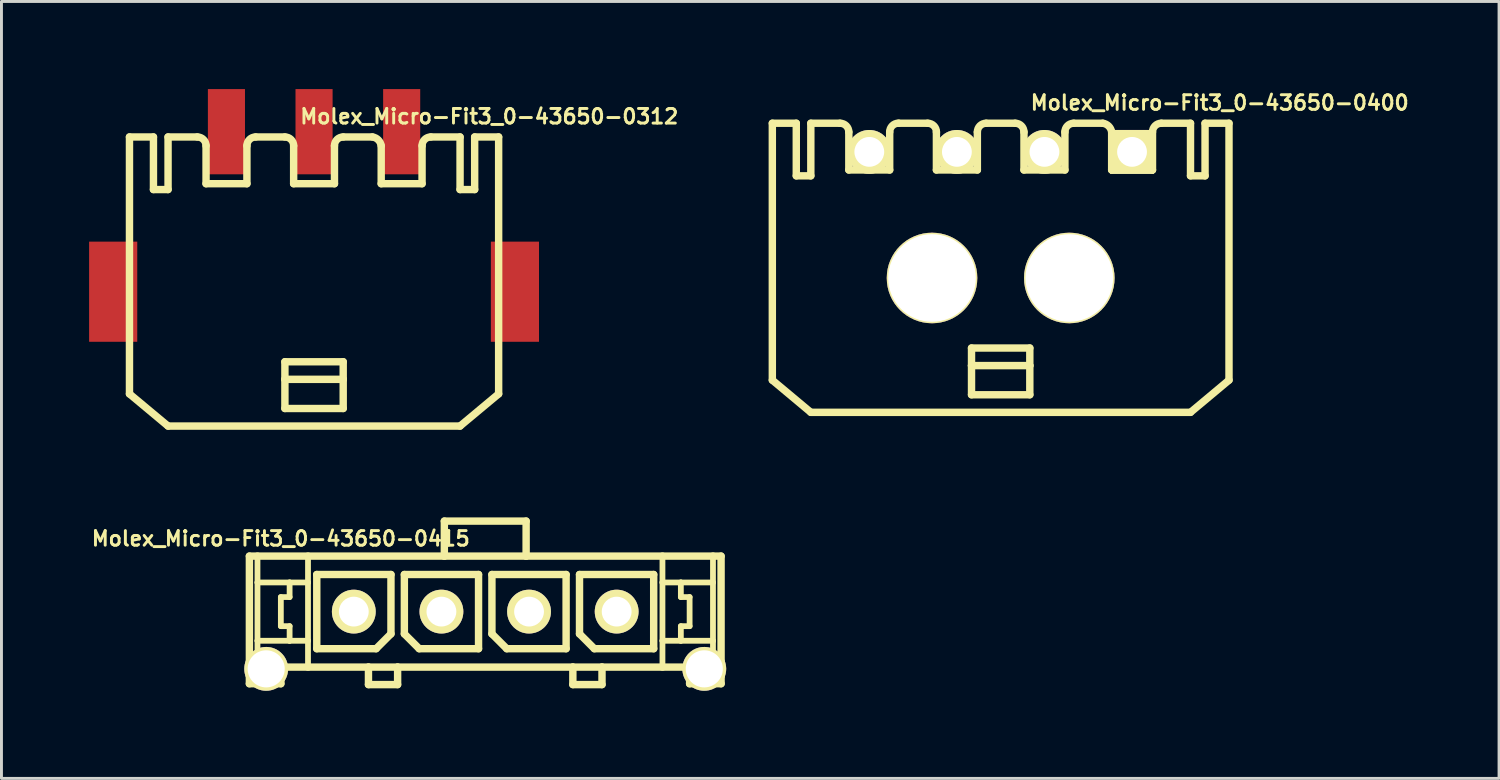
<source format=kicad_pcb>
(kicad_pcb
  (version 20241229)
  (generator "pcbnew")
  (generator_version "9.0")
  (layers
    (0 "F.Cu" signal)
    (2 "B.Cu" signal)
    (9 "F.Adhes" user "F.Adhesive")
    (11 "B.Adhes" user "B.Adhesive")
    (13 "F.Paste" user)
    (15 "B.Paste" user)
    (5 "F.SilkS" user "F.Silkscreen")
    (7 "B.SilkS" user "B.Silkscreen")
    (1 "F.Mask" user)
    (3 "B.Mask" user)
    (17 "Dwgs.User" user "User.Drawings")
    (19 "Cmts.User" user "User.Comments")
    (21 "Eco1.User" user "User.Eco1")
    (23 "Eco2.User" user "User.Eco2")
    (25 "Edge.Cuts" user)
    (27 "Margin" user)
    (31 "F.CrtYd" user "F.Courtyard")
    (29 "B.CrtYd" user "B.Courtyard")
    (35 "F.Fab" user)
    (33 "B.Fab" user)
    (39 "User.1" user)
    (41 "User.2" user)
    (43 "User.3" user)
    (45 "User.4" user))
  (footprint "Molex_Micro-Fit3_0-43650-0415"
    (layer "F.Cu")
    (at 13.564 17.891)
    (property "Reference" "Molex_Micro-Fit3_0-43650-0415" (at -7 -2.5 0) (layer "F.SilkS") (effects (font (size 0.5 0.5) (thickness 0.1))))
    (attr exclude_from_pos_files exclude_from_bom)
    (fp_line (start -8.075 -1.9) (end -7.798 -1.9) (stroke (width 0.254) (type solid)) (layer "F.SilkS"))
    (fp_line (start -8.075 2.469) (end -8.075 -1.9) (stroke (width 0.254) (type solid)) (layer "F.SilkS"))
    (fp_line (start -7.798 -1.9) (end -6.068 -1.9) (stroke (width 0.254) (type solid)) (layer "F.SilkS"))
    (fp_line (start -7.798 -0.998) (end -7.798 -1.9) (stroke (width 0.198) (type solid)) (layer "F.SilkS"))
    (fp_line (start -7.798 0.998) (end -7.798 -0.998) (stroke (width 0.198) (type solid)) (layer "F.SilkS"))
    (fp_line (start -7.798 2.469) (end -8.075 2.469) (stroke (width 0.254) (type solid)) (layer "F.SilkS"))
    (fp_line (start -7.798 2.469) (end -7.798 0.998) (stroke (width 0.198) (type solid)) (layer "F.SilkS"))
    (fp_line (start -6.998 -0.498) (end -6.998 0.498) (stroke (width 0.198) (type solid)) (layer "F.SilkS"))
    (fp_line (start -6.998 0.498) (end -6.698 0.498) (stroke (width 0.198) (type solid)) (layer "F.SilkS"))
    (fp_line (start -6.998 1.9) (end -6.998 2.469) (stroke (width 0.254) (type solid)) (layer "F.SilkS"))
    (fp_line (start -6.998 2.469) (end -7.798 2.469) (stroke (width 0.254) (type solid)) (layer "F.SilkS"))
    (fp_line (start -6.698 -0.998) (end -7.798 -0.998) (stroke (width 0.198) (type solid)) (layer "F.SilkS"))
    (fp_line (start -6.698 -0.998) (end -6.698 -0.498) (stroke (width 0.198) (type solid)) (layer "F.SilkS"))
    (fp_line (start -6.698 -0.498) (end -6.998 -0.498) (stroke (width 0.198) (type solid)) (layer "F.SilkS"))
    (fp_line (start -6.698 0.498) (end -6.698 0.998) (stroke (width 0.198) (type solid)) (layer "F.SilkS"))
    (fp_line (start -6.698 0.998) (end -7.798 0.998) (stroke (width 0.198) (type solid)) (layer "F.SilkS"))
    (fp_line (start -6.068 -1.9) (end -1.4 -1.9) (stroke (width 0.254) (type solid)) (layer "F.SilkS"))
    (fp_line (start -6.068 -0.998) (end -6.698 -0.998) (stroke (width 0.198) (type solid)) (layer "F.SilkS"))
    (fp_line (start -6.068 -0.998) (end -6.068 -1.9) (stroke (width 0.198) (type solid)) (layer "F.SilkS"))
    (fp_line (start -6.068 0.998) (end -6.698 0.998) (stroke (width 0.198) (type solid)) (layer "F.SilkS"))
    (fp_line (start -6.068 0.998) (end -6.068 -0.998) (stroke (width 0.198) (type solid)) (layer "F.SilkS"))
    (fp_line (start -6.068 1.9) (end -6.998 1.9) (stroke (width 0.254) (type solid)) (layer "F.SilkS"))
    (fp_line (start -6.068 1.9) (end -6.068 0.998) (stroke (width 0.198) (type solid)) (layer "F.SilkS"))
    (fp_line (start -5.768 -1.27) (end -3.228 -1.27) (stroke (width 0.254) (type solid)) (layer "F.SilkS"))
    (fp_line (start -5.768 1.27) (end -5.768 -1.27) (stroke (width 0.254) (type solid)) (layer "F.SilkS"))
    (fp_line (start -3.998 1.9) (end -6.068 1.9) (stroke (width 0.254) (type solid)) (layer "F.SilkS"))
    (fp_line (start -3.998 1.9) (end -3.998 2.499) (stroke (width 0.254) (type solid)) (layer "F.SilkS"))
    (fp_line (start -3.998 2.499) (end -3 2.499) (stroke (width 0.254) (type solid)) (layer "F.SilkS"))
    (fp_line (start -3.736 1.27) (end -5.768 1.27) (stroke (width 0.254) (type solid)) (layer "F.SilkS"))
    (fp_line (start -3.228 -1.27) (end -3.228 0.762) (stroke (width 0.254) (type solid)) (layer "F.SilkS"))
    (fp_line (start -3.228 0.762) (end -3.736 1.27) (stroke (width 0.254) (type solid)) (layer "F.SilkS"))
    (fp_line (start -3 1.9) (end -3.998 1.9) (stroke (width 0.254) (type solid)) (layer "F.SilkS"))
    (fp_line (start -3 2.499) (end -3 1.9) (stroke (width 0.254) (type solid)) (layer "F.SilkS"))
    (fp_line (start -2.769 -1.27) (end -0.229 -1.27) (stroke (width 0.254) (type solid)) (layer "F.SilkS"))
    (fp_line (start -2.769 0.762) (end -2.769 -1.27) (stroke (width 0.254) (type solid)) (layer "F.SilkS"))
    (fp_line (start -2.261 1.27) (end -2.769 0.762) (stroke (width 0.254) (type solid)) (layer "F.SilkS"))
    (fp_line (start -1.4 -3.099) (end -1.4 -1.9) (stroke (width 0.254) (type solid)) (layer "F.SilkS"))
    (fp_line (start -1.4 -3.099) (end 1.4 -3.099) (stroke (width 0.254) (type solid)) (layer "F.SilkS"))
    (fp_line (start -1.4 -1.9) (end 1.4 -1.9) (stroke (width 0.254) (type solid)) (layer "F.SilkS"))
    (fp_line (start -0.229 -1.27) (end -0.229 1.27) (stroke (width 0.254) (type solid)) (layer "F.SilkS"))
    (fp_line (start -0.229 1.27) (end -2.261 1.27) (stroke (width 0.254) (type solid)) (layer "F.SilkS"))
    (fp_line (start 0.229 -1.27) (end 2.769 -1.27) (stroke (width 0.254) (type solid)) (layer "F.SilkS"))
    (fp_line (start 0.229 0.762) (end 0.229 -1.27) (stroke (width 0.254) (type solid)) (layer "F.SilkS"))
    (fp_line (start 0.737 1.27) (end 0.229 0.762) (stroke (width 0.254) (type solid)) (layer "F.SilkS"))
    (fp_line (start 1.4 -3.099) (end 1.4 -1.9) (stroke (width 0.254) (type solid)) (layer "F.SilkS"))
    (fp_line (start 1.4 -1.9) (end 6.068 -1.9) (stroke (width 0.254) (type solid)) (layer "F.SilkS"))
    (fp_line (start 2.769 -1.27) (end 2.769 1.27) (stroke (width 0.254) (type solid)) (layer "F.SilkS"))
    (fp_line (start 2.769 1.27) (end 0.737 1.27) (stroke (width 0.254) (type solid)) (layer "F.SilkS"))
    (fp_line (start 3 1.9) (end -3 1.9) (stroke (width 0.254) (type solid)) (layer "F.SilkS"))
    (fp_line (start 3 1.9) (end 3 2.499) (stroke (width 0.254) (type solid)) (layer "F.SilkS"))
    (fp_line (start 3 2.499) (end 3.998 2.499) (stroke (width 0.254) (type solid)) (layer "F.SilkS"))
    (fp_line (start 3.228 -1.27) (end 5.768 -1.27) (stroke (width 0.254) (type solid)) (layer "F.SilkS"))
    (fp_line (start 3.228 0.762) (end 3.228 -1.27) (stroke (width 0.254) (type solid)) (layer "F.SilkS"))
    (fp_line (start 3.736 1.27) (end 3.228 0.762) (stroke (width 0.254) (type solid)) (layer "F.SilkS"))
    (fp_line (start 3.998 1.9) (end 3 1.9) (stroke (width 0.254) (type solid)) (layer "F.SilkS"))
    (fp_line (start 3.998 2.499) (end 3.998 1.9) (stroke (width 0.254) (type solid)) (layer "F.SilkS"))
    (fp_line (start 5.768 -1.27) (end 5.768 1.27) (stroke (width 0.254) (type solid)) (layer "F.SilkS"))
    (fp_line (start 5.768 1.27) (end 3.736 1.27) (stroke (width 0.254) (type solid)) (layer "F.SilkS"))
    (fp_line (start 6.068 -1.9) (end 6.068 -0.998) (stroke (width 0.198) (type solid)) (layer "F.SilkS"))
    (fp_line (start 6.068 -1.9) (end 7.798 -1.9) (stroke (width 0.254) (type solid)) (layer "F.SilkS"))
    (fp_line (start 6.068 -0.998) (end 6.068 0.998) (stroke (width 0.198) (type solid)) (layer "F.SilkS"))
    (fp_line (start 6.068 -0.998) (end 6.698 -0.998) (stroke (width 0.198) (type solid)) (layer "F.SilkS"))
    (fp_line (start 6.068 0.998) (end 6.068 1.9) (stroke (width 0.198) (type solid)) (layer "F.SilkS"))
    (fp_line (start 6.068 0.998) (end 6.698 0.998) (stroke (width 0.198) (type solid)) (layer "F.SilkS"))
    (fp_line (start 6.068 1.9) (end 3.998 1.9) (stroke (width 0.254) (type solid)) (layer "F.SilkS"))
    (fp_line (start 6.698 -0.998) (end 6.698 -0.498) (stroke (width 0.198) (type solid)) (layer "F.SilkS"))
    (fp_line (start 6.698 -0.998) (end 7.798 -0.998) (stroke (width 0.198) (type solid)) (layer "F.SilkS"))
    (fp_line (start 6.698 -0.498) (end 6.998 -0.498) (stroke (width 0.198) (type solid)) (layer "F.SilkS"))
    (fp_line (start 6.698 0.498) (end 6.698 0.998) (stroke (width 0.198) (type solid)) (layer "F.SilkS"))
    (fp_line (start 6.698 0.998) (end 7.798 0.998) (stroke (width 0.198) (type solid)) (layer "F.SilkS"))
    (fp_line (start 6.998 -0.498) (end 6.998 0.498) (stroke (width 0.198) (type solid)) (layer "F.SilkS"))
    (fp_line (start 6.998 0.498) (end 6.698 0.498) (stroke (width 0.198) (type solid)) (layer "F.SilkS"))
    (fp_line (start 6.998 1.9) (end 6.068 1.9) (stroke (width 0.254) (type solid)) (layer "F.SilkS"))
    (fp_line (start 6.998 2.469) (end 6.998 1.9) (stroke (width 0.254) (type solid)) (layer "F.SilkS"))
    (fp_line (start 6.998 2.469) (end 7.798 2.469) (stroke (width 0.254) (type solid)) (layer "F.SilkS"))
    (fp_line (start 7.798 -1.9) (end 8.075 -1.9) (stroke (width 0.254) (type solid)) (layer "F.SilkS"))
    (fp_line (start 7.798 -0.998) (end 7.798 -1.9) (stroke (width 0.198) (type solid)) (layer "F.SilkS"))
    (fp_line (start 7.798 0.998) (end 7.798 -0.998) (stroke (width 0.198) (type solid)) (layer "F.SilkS"))
    (fp_line (start 7.798 2.469) (end 7.798 0.998) (stroke (width 0.198) (type solid)) (layer "F.SilkS"))
    (fp_line (start 7.798 2.469) (end 8.075 2.469) (stroke (width 0.254) (type solid)) (layer "F.SilkS"))
    (fp_line (start 8.075 -1.9) (end 8.075 2.469) (stroke (width 0.254) (type solid)) (layer "F.SilkS"))
    (pad "1" thru_hole circle (at 4.5 0) (size 1.5 1.5) (drill 1.02) (layers "*.Cu" "*.Mask" "F.SilkS"))
    (pad "2" thru_hole circle (at 1.5 0) (size 1.5 1.5) (drill 1.02) (layers "*.Cu" "*.Mask" "F.SilkS"))
    (pad "3" thru_hole circle (at -1.5 0) (size 1.5 1.5) (drill 1.02) (layers "*.Cu" "*.Mask" "F.SilkS"))
    (pad "4" thru_hole circle (at -4.5 0) (size 1.5 1.5) (drill 1.02) (layers "*.Cu" "*.Mask" "F.SilkS"))
    (pad "TAB" thru_hole circle (at -7.5 1.96) (size 1.5 1.5) (drill 1.27) (layers "*.Cu" "*.Mask" "F.SilkS"))
    (pad "TAB" thru_hole circle (at 7.5 1.96) (size 1.5 1.5) (drill 1.27) (layers "*.Cu" "*.Mask" "F.SilkS")))
  (footprint "Molex_Micro-Fit3_0-43650-0400"
    (layer "F.Cu")
    (at 31.212 6.468)
    (property "Reference" "Molex_Micro-Fit3_0-43650-0400" (at 7.5 -6 0) (layer "F.SilkS") (effects (font (size 0.5 0.5) (thickness 0.1))))
    (attr exclude_from_pos_files exclude_from_bom)
    (fp_line (start -7.818 -5.298) (end -6.998 -5.298) (stroke (width 0.254) (type solid)) (layer "F.SilkS"))
    (fp_line (start -7.818 3.498) (end -7.818 -5.298) (stroke (width 0.254) (type solid)) (layer "F.SilkS"))
    (fp_line (start -7.818 3.498) (end -6.5 4.6) (stroke (width 0.254) (type solid)) (layer "F.SilkS"))
    (fp_line (start -6.998 -5.298) (end -6.998 -3.498) (stroke (width 0.254) (type solid)) (layer "F.SilkS"))
    (fp_line (start -6.998 -3.498) (end -6.5 -3.498) (stroke (width 0.254) (type solid)) (layer "F.SilkS"))
    (fp_line (start -6.5 -5.298) (end -5.499 -5.298) (stroke (width 0.254) (type solid)) (layer "F.SilkS"))
    (fp_line (start -6.5 -3.498) (end -6.5 -5.298) (stroke (width 0.254) (type solid)) (layer "F.SilkS"))
    (fp_line (start -5.199 -3.698) (end -5.199 -4.999) (stroke (width 0.254) (type solid)) (layer "F.SilkS"))
    (fp_line (start -5.199 -3.698) (end -3.8 -3.698) (stroke (width 0.254) (type solid)) (layer "F.SilkS"))
    (fp_line (start -3.8 -3.698) (end -3.8 -4.999) (stroke (width 0.254) (type solid)) (layer "F.SilkS"))
    (fp_line (start -3.498 -5.298) (end -2.499 -5.298) (stroke (width 0.254) (type solid)) (layer "F.SilkS"))
    (fp_line (start -2.2 -3.698) (end -2.2 -4.999) (stroke (width 0.254) (type solid)) (layer "F.SilkS"))
    (fp_line (start -2.2 -3.698) (end -0.798 -3.698) (stroke (width 0.254) (type solid)) (layer "F.SilkS"))
    (fp_line (start -0.998 2.398) (end 0.998 2.398) (stroke (width 0.254) (type solid)) (layer "F.SilkS"))
    (fp_line (start -0.998 3) (end -0.998 2.398) (stroke (width 0.254) (type solid)) (layer "F.SilkS"))
    (fp_line (start -0.998 3) (end 0.998 3) (stroke (width 0.254) (type solid)) (layer "F.SilkS"))
    (fp_line (start -0.998 3.998) (end -0.998 3) (stroke (width 0.254) (type solid)) (layer "F.SilkS"))
    (fp_line (start -0.798 -3.698) (end -0.798 -4.999) (stroke (width 0.254) (type solid)) (layer "F.SilkS"))
    (fp_line (start -0.498 -5.298) (end 0.498 -5.298) (stroke (width 0.254) (type solid)) (layer "F.SilkS"))
    (fp_line (start 0.798 -3.698) (end 0.798 -4.999) (stroke (width 0.254) (type solid)) (layer "F.SilkS"))
    (fp_line (start 0.798 -3.698) (end 2.2 -3.698) (stroke (width 0.254) (type solid)) (layer "F.SilkS"))
    (fp_line (start 0.998 2.398) (end 0.998 3) (stroke (width 0.254) (type solid)) (layer "F.SilkS"))
    (fp_line (start 0.998 3) (end 0.998 3.998) (stroke (width 0.254) (type solid)) (layer "F.SilkS"))
    (fp_line (start 0.998 3.998) (end -0.998 3.998) (stroke (width 0.254) (type solid)) (layer "F.SilkS"))
    (fp_line (start 2.2 -3.698) (end 2.2 -4.999) (stroke (width 0.254) (type solid)) (layer "F.SilkS"))
    (fp_line (start 2.499 -5.298) (end 3.498 -5.298) (stroke (width 0.254) (type solid)) (layer "F.SilkS"))
    (fp_line (start 3.8 -4.999) (end 3.8 -3.698) (stroke (width 0.254) (type solid)) (layer "F.SilkS"))
    (fp_line (start 3.8 -3.698) (end 5.199 -3.698) (stroke (width 0.254) (type solid)) (layer "F.SilkS"))
    (fp_line (start 5.199 -3.698) (end 5.199 -4.999) (stroke (width 0.254) (type solid)) (layer "F.SilkS"))
    (fp_line (start 5.499 -5.298) (end 6.5 -5.298) (stroke (width 0.254) (type solid)) (layer "F.SilkS"))
    (fp_line (start 6.5 -3.498) (end 6.5 -5.298) (stroke (width 0.254) (type solid)) (layer "F.SilkS"))
    (fp_line (start 6.5 4.6) (end -6.5 4.6) (stroke (width 0.254) (type solid)) (layer "F.SilkS"))
    (fp_line (start 6.998 -5.298) (end 6.998 -3.498) (stroke (width 0.254) (type solid)) (layer "F.SilkS"))
    (fp_line (start 6.998 -5.298) (end 7.818 -5.298) (stroke (width 0.254) (type solid)) (layer "F.SilkS"))
    (fp_line (start 6.998 -3.498) (end 6.5 -3.498) (stroke (width 0.254) (type solid)) (layer "F.SilkS"))
    (fp_line (start 7.818 -5.298) (end 7.818 3.498) (stroke (width 0.254) (type solid)) (layer "F.SilkS"))
    (fp_line (start 7.818 3.498) (end 6.5 4.6) (stroke (width 0.254) (type solid)) (layer "F.SilkS"))
    (fp_arc (start -5.4991 -5.29844) (mid -5.287166 -5.210654) (end -5.19938 -4.99872) (stroke (width 0.254) (type solid)) (layer "F.SilkS"))
    (fp_arc (start -3.79984 -4.99872) (mid -3.71131 -5.21245) (end -3.49758 -5.30098) (stroke (width 0.254) (type solid)) (layer "F.SilkS"))
    (fp_arc (start -2.49936 -5.29844) (mid -2.287426 -5.210654) (end -2.19964 -4.99872) (stroke (width 0.254) (type solid)) (layer "F.SilkS"))
    (fp_arc (start -0.79756 -4.99872) (mid -0.709774 -5.210654) (end -0.49784 -5.29844) (stroke (width 0.254) (type solid)) (layer "F.SilkS"))
    (fp_arc (start 0.49784 -5.29844) (mid 0.709774 -5.210654) (end 0.79756 -4.99872) (stroke (width 0.254) (type solid)) (layer "F.SilkS"))
    (fp_arc (start 2.19964 -4.99872) (mid 2.287426 -5.210654) (end 2.49936 -5.29844) (stroke (width 0.254) (type solid)) (layer "F.SilkS"))
    (fp_arc (start 3.49758 -5.29844) (mid 3.698153 -5.199466) (end 3.799296 -4.999979) (stroke (width 0.254) (type solid)) (layer "F.SilkS"))
    (fp_arc (start 5.19938 -4.99872) (mid 5.287166 -5.210654) (end 5.4991 -5.29844) (stroke (width 0.254) (type solid)) (layer "F.SilkS"))
    (pad "1" thru_hole rect (at 4.498 -4.318) (size 1.5 1.5) (drill 1.02) (layers "*.Cu" "*.Mask" "F.SilkS" "F.Paste"))
    (pad "2" thru_hole circle (at 1.499 -4.318) (size 1.5 1.5) (drill 1.02) (layers "*.Cu" "*.Mask" "F.SilkS" "F.Paste"))
    (pad "3" thru_hole circle (at -1.499 -4.318) (size 1.5 1.5) (drill 1.02) (layers "*.Cu" "*.Mask" "F.SilkS" "F.Paste"))
    (pad "4" thru_hole circle (at -4.498 -4.318) (size 1.5 1.5) (drill 1.02) (layers "*.Cu" "*.Mask" "F.SilkS" "F.Paste"))
    (pad "5" thru_hole circle (at -2.35 0) (size 3.1 3.1) (drill 3) (layers "*.Cu" "*.Mask" "F.SilkS" "F.Paste"))
    (pad "5" thru_hole circle (at 2.35 0) (size 3.1 3.1) (drill 3) (layers "*.Cu" "*.Mask" "F.SilkS" "F.Paste")))
  (footprint "Molex_Micro-Fit3_0-43650-0312"
    (layer "F.Cu")
    (at 7.703 6.938)
    (property "Reference" "Molex_Micro-Fit3_0-43650-0312" (at 6 -6 0) (layer "F.SilkS") (effects (font (size 0.5 0.5) (thickness 0.1))))
    (attr smd)
    (fp_line (start -6.32 -5.298) (end -5.499 -5.298) (stroke (width 0.254) (type solid)) (layer "F.SilkS"))
    (fp_line (start -6.32 3.498) (end -6.32 -5.298) (stroke (width 0.254) (type solid)) (layer "F.SilkS"))
    (fp_line (start -6.32 3.498) (end -4.999 4.6) (stroke (width 0.254) (type solid)) (layer "F.SilkS"))
    (fp_line (start -5.499 -5.298) (end -5.499 -3.498) (stroke (width 0.254) (type solid)) (layer "F.SilkS"))
    (fp_line (start -5.499 -3.498) (end -4.999 -3.498) (stroke (width 0.254) (type solid)) (layer "F.SilkS"))
    (fp_line (start -4.999 -5.298) (end -3.998 -5.298) (stroke (width 0.254) (type solid)) (layer "F.SilkS"))
    (fp_line (start -4.999 -3.498) (end -4.999 -5.298) (stroke (width 0.254) (type solid)) (layer "F.SilkS"))
    (fp_line (start -3.698 -3.698) (end -3.698 -4.999) (stroke (width 0.254) (type solid)) (layer "F.SilkS"))
    (fp_line (start -3.698 -3.698) (end -2.299 -3.698) (stroke (width 0.254) (type solid)) (layer "F.SilkS"))
    (fp_line (start -2.299 -3.698) (end -2.299 -4.999) (stroke (width 0.254) (type solid)) (layer "F.SilkS"))
    (fp_line (start -1.999 -5.298) (end -0.998 -5.298) (stroke (width 0.254) (type solid)) (layer "F.SilkS"))
    (fp_line (start -0.998 2.398) (end 0.998 2.398) (stroke (width 0.254) (type solid)) (layer "F.SilkS"))
    (fp_line (start -0.998 3) (end -0.998 2.398) (stroke (width 0.254) (type solid)) (layer "F.SilkS"))
    (fp_line (start -0.998 3) (end 0.998 3) (stroke (width 0.254) (type solid)) (layer "F.SilkS"))
    (fp_line (start -0.998 3.998) (end -0.998 3) (stroke (width 0.254) (type solid)) (layer "F.SilkS"))
    (fp_line (start -0.699 -3.698) (end -0.699 -4.999) (stroke (width 0.254) (type solid)) (layer "F.SilkS"))
    (fp_line (start -0.699 -3.698) (end 0.699 -3.698) (stroke (width 0.254) (type solid)) (layer "F.SilkS"))
    (fp_line (start 0.699 -3.698) (end 0.699 -4.999) (stroke (width 0.254) (type solid)) (layer "F.SilkS"))
    (fp_line (start 0.998 -5.298) (end 1.999 -5.298) (stroke (width 0.254) (type solid)) (layer "F.SilkS"))
    (fp_line (start 0.998 2.398) (end 0.998 3) (stroke (width 0.254) (type solid)) (layer "F.SilkS"))
    (fp_line (start 0.998 3) (end 0.998 3.998) (stroke (width 0.254) (type solid)) (layer "F.SilkS"))
    (fp_line (start 0.998 3.998) (end -0.998 3.998) (stroke (width 0.254) (type solid)) (layer "F.SilkS"))
    (fp_line (start 2.299 -4.999) (end 2.299 -3.698) (stroke (width 0.254) (type solid)) (layer "F.SilkS"))
    (fp_line (start 2.299 -3.698) (end 3.698 -3.698) (stroke (width 0.254) (type solid)) (layer "F.SilkS"))
    (fp_line (start 3.698 -3.698) (end 3.698 -4.999) (stroke (width 0.254) (type solid)) (layer "F.SilkS"))
    (fp_line (start 3.998 -5.298) (end 4.999 -5.298) (stroke (width 0.254) (type solid)) (layer "F.SilkS"))
    (fp_line (start 4.999 -3.498) (end 4.999 -5.298) (stroke (width 0.254) (type solid)) (layer "F.SilkS"))
    (fp_line (start 4.999 4.6) (end -4.999 4.6) (stroke (width 0.254) (type solid)) (layer "F.SilkS"))
    (fp_line (start 5.499 -5.298) (end 5.499 -3.498) (stroke (width 0.254) (type solid)) (layer "F.SilkS"))
    (fp_line (start 5.499 -5.298) (end 6.32 -5.298) (stroke (width 0.254) (type solid)) (layer "F.SilkS"))
    (fp_line (start 5.499 -3.498) (end 4.999 -3.498) (stroke (width 0.254) (type solid)) (layer "F.SilkS"))
    (fp_line (start 6.32 -5.298) (end 6.32 3.498) (stroke (width 0.254) (type solid)) (layer "F.SilkS"))
    (fp_line (start 6.32 3.498) (end 4.999 4.6) (stroke (width 0.254) (type solid)) (layer "F.SilkS"))
    (fp_arc (start -3.99796 -5.29844) (mid -3.786026 -5.210654) (end -3.69824 -4.99872) (stroke (width 0.254) (type solid)) (layer "F.SilkS"))
    (fp_arc (start -2.2987 -4.99872) (mid -2.210914 -5.210654) (end -1.99898 -5.29844) (stroke (width 0.254) (type solid)) (layer "F.SilkS"))
    (fp_arc (start -0.99822 -5.29844) (mid -0.786286 -5.210654) (end -0.6985 -4.99872) (stroke (width 0.254) (type solid)) (layer "F.SilkS"))
    (fp_arc (start 0.6985 -4.99872) (mid 0.786286 -5.210654) (end 0.99822 -5.29844) (stroke (width 0.254) (type solid)) (layer "F.SilkS"))
    (fp_arc (start 1.99898 -5.29844) (mid 2.199045 -5.197943) (end 2.298869 -4.997541) (stroke (width 0.254) (type solid)) (layer "F.SilkS"))
    (fp_arc (start 3.69824 -4.99872) (mid 3.786026 -5.210654) (end 3.99796 -5.29844) (stroke (width 0.254) (type solid)) (layer "F.SilkS"))
    (pad "1" smd rect (at 3 -5.479) (size 1.27 2.918) (layers "F.Cu" "F.Mask" "F.Paste"))
    (pad "2" smd rect (at 0 -5.479) (size 1.27 2.918) (layers "F.Cu" "F.Mask" "F.Paste"))
    (pad "3" smd rect (at -3 -5.479) (size 1.27 2.918) (layers "F.Cu" "F.Mask" "F.Paste"))
    (pad "TAB1" smd rect (at 6.878 0) (size 1.648 3.429) (layers "F.Cu" "F.Mask" "F.Paste"))
    (pad "TAB2" smd rect (at -6.878 0) (size 1.648 3.429) (layers "F.Cu" "F.Mask" "F.Paste")))
  (gr_rect
    (start -3 -3)
    (end 48.276 23.601)
    (stroke (width 0.1) (type default))
    (fill no)
    (layer "Edge.Cuts")))
</source>
